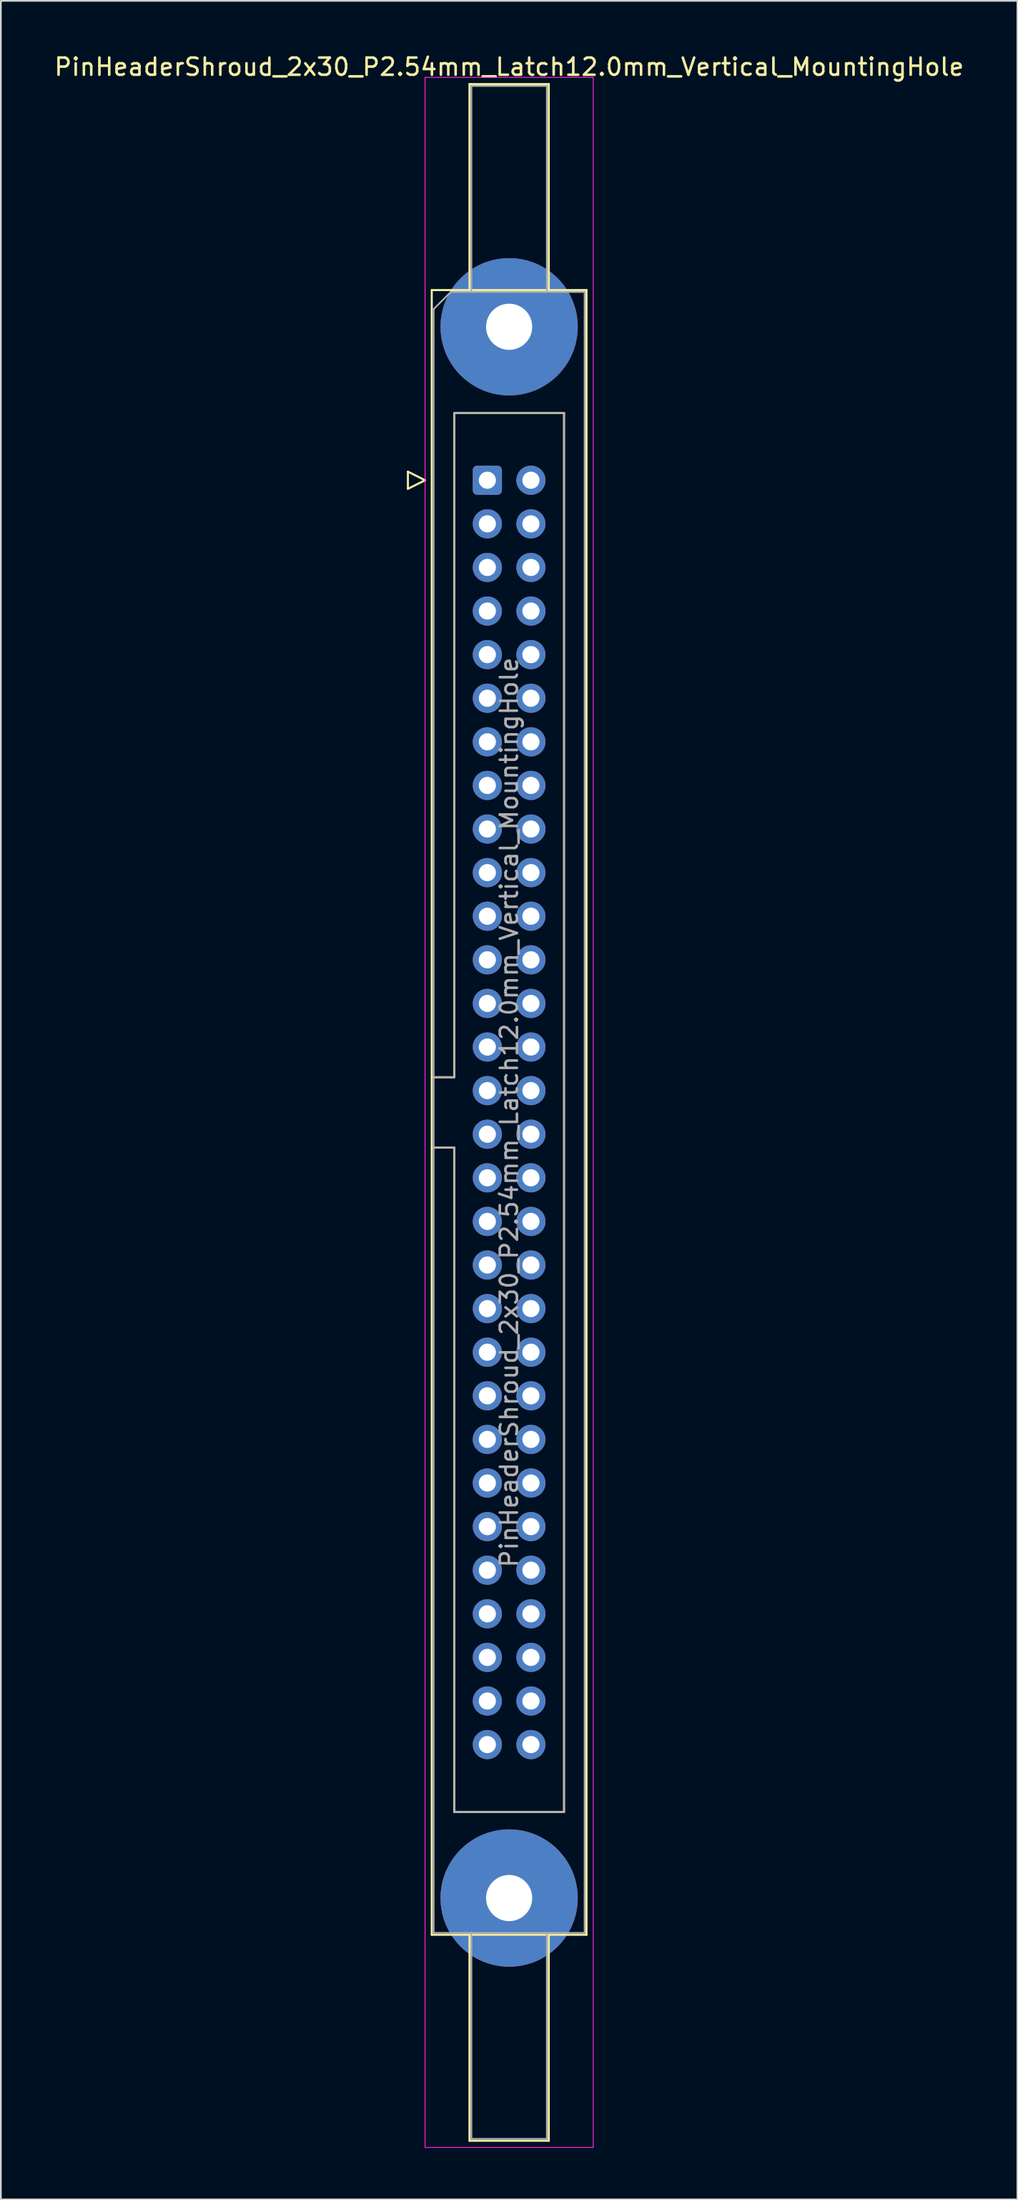
<source format=kicad_pcb>
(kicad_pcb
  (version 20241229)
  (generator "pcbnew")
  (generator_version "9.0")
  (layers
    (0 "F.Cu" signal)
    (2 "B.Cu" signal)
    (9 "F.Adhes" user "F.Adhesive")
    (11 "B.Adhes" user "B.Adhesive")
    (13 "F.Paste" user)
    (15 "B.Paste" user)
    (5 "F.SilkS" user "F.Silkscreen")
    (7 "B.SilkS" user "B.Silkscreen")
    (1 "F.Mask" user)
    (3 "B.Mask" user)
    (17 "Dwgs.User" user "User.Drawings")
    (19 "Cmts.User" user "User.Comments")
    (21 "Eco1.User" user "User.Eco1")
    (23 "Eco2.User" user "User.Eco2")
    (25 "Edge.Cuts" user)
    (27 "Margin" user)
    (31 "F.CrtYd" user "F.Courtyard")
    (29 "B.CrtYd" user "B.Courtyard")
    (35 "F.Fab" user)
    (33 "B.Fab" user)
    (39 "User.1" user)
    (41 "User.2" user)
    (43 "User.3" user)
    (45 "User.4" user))
  (footprint "PinHeaderShroud_2x30_P2.54mm_Latch12.0mm_Vertical_MountingHole"
    (layer "F.Cu")
    (at 25.355 24.928)
    (property "Reference" "PinHeaderShroud_2x30_P2.54mm_Latch12.0mm_Vertical_MountingHole" (at 1.27 -24.08 0) (layer "F.SilkS") (effects (font (size 1 1) (thickness 0.15))))
    (attr through_hole)
    (fp_line (start -4.63 -0.5) (end -4.63 0.5) (stroke (width 0.12) (type solid)) (layer "F.SilkS"))
    (fp_line (start -4.63 0.5) (end -3.63 0) (stroke (width 0.12) (type solid)) (layer "F.SilkS"))
    (fp_line (start -3.63 0) (end -4.63 -0.5) (stroke (width 0.12) (type solid)) (layer "F.SilkS"))
    (fp_line (start -3.24 -11.08) (end 5.78 -11.08) (stroke (width 0.12) (type solid)) (layer "F.SilkS"))
    (fp_line (start -3.24 34.78) (end -1.93 34.78) (stroke (width 0.12) (type solid)) (layer "F.SilkS"))
    (fp_line (start -3.24 38.88) (end -1.93 38.88) (stroke (width 0.12) (type solid)) (layer "F.SilkS"))
    (fp_line (start -3.24 84.74) (end -3.24 -11.08) (stroke (width 0.12) (type solid)) (layer "F.SilkS"))
    (fp_line (start -1.93 -3.92) (end 4.47 -3.92) (stroke (width 0.12) (type solid)) (layer "F.SilkS"))
    (fp_line (start -1.93 34.78) (end -1.93 -3.92) (stroke (width 0.12) (type solid)) (layer "F.SilkS"))
    (fp_line (start -1.93 77.58) (end -1.93 38.88) (stroke (width 0.12) (type solid)) (layer "F.SilkS"))
    (fp_line (start -1.04 -23.08) (end 3.58 -23.08) (stroke (width 0.12) (type solid)) (layer "F.SilkS"))
    (fp_line (start -1.04 -11.08) (end -1.04 -23.08) (stroke (width 0.12) (type solid)) (layer "F.SilkS"))
    (fp_line (start -1.04 84.74) (end -1.04 96.74) (stroke (width 0.12) (type solid)) (layer "F.SilkS"))
    (fp_line (start -1.04 96.74) (end 3.58 96.74) (stroke (width 0.12) (type solid)) (layer "F.SilkS"))
    (fp_line (start 3.58 -23.08) (end 3.58 -11.08) (stroke (width 0.12) (type solid)) (layer "F.SilkS"))
    (fp_line (start 3.58 96.74) (end 3.58 84.74) (stroke (width 0.12) (type solid)) (layer "F.SilkS"))
    (fp_line (start 4.47 -3.92) (end 4.47 77.58) (stroke (width 0.12) (type solid)) (layer "F.SilkS"))
    (fp_line (start 4.47 77.58) (end -1.93 77.58) (stroke (width 0.12) (type solid)) (layer "F.SilkS"))
    (fp_line (start 5.78 -11.08) (end 5.78 84.74) (stroke (width 0.12) (type solid)) (layer "F.SilkS"))
    (fp_line (start 5.78 84.74) (end -3.24 84.74) (stroke (width 0.12) (type solid)) (layer "F.SilkS"))
    (fp_line (start -3.63 -23.47) (end -3.63 97.13) (stroke (width 0.05) (type solid)) (layer "F.CrtYd"))
    (fp_line (start -3.63 97.13) (end 6.17 97.13) (stroke (width 0.05) (type solid)) (layer "F.CrtYd"))
    (fp_line (start 6.17 -23.47) (end -3.63 -23.47) (stroke (width 0.05) (type solid)) (layer "F.CrtYd"))
    (fp_line (start 6.17 97.13) (end 6.17 -23.47) (stroke (width 0.05) (type solid)) (layer "F.CrtYd"))
    (fp_line (start -3.13 -9.97) (end -2.13 -10.97) (stroke (width 0.1) (type solid)) (layer "F.Fab"))
    (fp_line (start -3.13 34.78) (end -1.93 34.78) (stroke (width 0.1) (type solid)) (layer "F.Fab"))
    (fp_line (start -3.13 38.88) (end -1.93 38.88) (stroke (width 0.1) (type solid)) (layer "F.Fab"))
    (fp_line (start -3.13 84.63) (end -3.13 -9.97) (stroke (width 0.1) (type solid)) (layer "F.Fab"))
    (fp_line (start -2.13 -10.97) (end 5.67 -10.97) (stroke (width 0.1) (type solid)) (layer "F.Fab"))
    (fp_line (start -1.93 -3.92) (end 4.47 -3.92) (stroke (width 0.1) (type solid)) (layer "F.Fab"))
    (fp_line (start -1.93 34.78) (end -1.93 -3.92) (stroke (width 0.1) (type solid)) (layer "F.Fab"))
    (fp_line (start -1.93 77.58) (end -1.93 38.88) (stroke (width 0.1) (type solid)) (layer "F.Fab"))
    (fp_line (start -0.93 -22.97) (end 3.47 -22.97) (stroke (width 0.1) (type solid)) (layer "F.Fab"))
    (fp_line (start -0.93 -10.97) (end -0.93 -22.97) (stroke (width 0.1) (type solid)) (layer "F.Fab"))
    (fp_line (start -0.93 84.63) (end -0.93 96.63) (stroke (width 0.1) (type solid)) (layer "F.Fab"))
    (fp_line (start -0.93 96.63) (end 3.47 96.63) (stroke (width 0.1) (type solid)) (layer "F.Fab"))
    (fp_line (start 3.47 -22.97) (end 3.47 -10.97) (stroke (width 0.1) (type solid)) (layer "F.Fab"))
    (fp_line (start 3.47 96.63) (end 3.47 84.63) (stroke (width 0.1) (type solid)) (layer "F.Fab"))
    (fp_line (start 4.47 -3.92) (end 4.47 77.58) (stroke (width 0.1) (type solid)) (layer "F.Fab"))
    (fp_line (start 4.47 77.58) (end -1.93 77.58) (stroke (width 0.1) (type solid)) (layer "F.Fab"))
    (fp_line (start 5.67 -10.97) (end 5.67 84.63) (stroke (width 0.1) (type solid)) (layer "F.Fab"))
    (fp_line (start 5.67 84.63) (end -3.13 84.63) (stroke (width 0.1) (type solid)) (layer "F.Fab"))
    (fp_text user "${REFERENCE}" (at 1.27 36.83 90) (layer "F.Fab") (effects (font (size 1 1) (thickness 0.15))))
    (pad "" thru_hole circle (at 1.27 -8.94) (size 8 8) (drill 2.69) (layers "*.Cu" "*.Mask"))
    (pad "" thru_hole circle (at 1.27 82.6) (size 8 8) (drill 2.69) (layers "*.Cu" "*.Mask"))
    (pad "1" thru_hole roundrect (at 0 0) (size 1.7 1.7) (drill 1) (layers "*.Cu" "*.Mask") (roundrect_rratio 0.147))
    (pad "2" thru_hole circle (at 2.54 0) (size 1.7 1.7) (drill 1) (layers "*.Cu" "*.Mask"))
    (pad "3" thru_hole circle (at 0 2.54) (size 1.7 1.7) (drill 1) (layers "*.Cu" "*.Mask"))
    (pad "4" thru_hole circle (at 2.54 2.54) (size 1.7 1.7) (drill 1) (layers "*.Cu" "*.Mask"))
    (pad "5" thru_hole circle (at 0 5.08) (size 1.7 1.7) (drill 1) (layers "*.Cu" "*.Mask"))
    (pad "6" thru_hole circle (at 2.54 5.08) (size 1.7 1.7) (drill 1) (layers "*.Cu" "*.Mask"))
    (pad "7" thru_hole circle (at 0 7.62) (size 1.7 1.7) (drill 1) (layers "*.Cu" "*.Mask"))
    (pad "8" thru_hole circle (at 2.54 7.62) (size 1.7 1.7) (drill 1) (layers "*.Cu" "*.Mask"))
    (pad "9" thru_hole circle (at 0 10.16) (size 1.7 1.7) (drill 1) (layers "*.Cu" "*.Mask"))
    (pad "10" thru_hole circle (at 2.54 10.16) (size 1.7 1.7) (drill 1) (layers "*.Cu" "*.Mask"))
    (pad "11" thru_hole circle (at 0 12.7) (size 1.7 1.7) (drill 1) (layers "*.Cu" "*.Mask"))
    (pad "12" thru_hole circle (at 2.54 12.7) (size 1.7 1.7) (drill 1) (layers "*.Cu" "*.Mask"))
    (pad "13" thru_hole circle (at 0 15.24) (size 1.7 1.7) (drill 1) (layers "*.Cu" "*.Mask"))
    (pad "14" thru_hole circle (at 2.54 15.24) (size 1.7 1.7) (drill 1) (layers "*.Cu" "*.Mask"))
    (pad "15" thru_hole circle (at 0 17.78) (size 1.7 1.7) (drill 1) (layers "*.Cu" "*.Mask"))
    (pad "16" thru_hole circle (at 2.54 17.78) (size 1.7 1.7) (drill 1) (layers "*.Cu" "*.Mask"))
    (pad "17" thru_hole circle (at 0 20.32) (size 1.7 1.7) (drill 1) (layers "*.Cu" "*.Mask"))
    (pad "18" thru_hole circle (at 2.54 20.32) (size 1.7 1.7) (drill 1) (layers "*.Cu" "*.Mask"))
    (pad "19" thru_hole circle (at 0 22.86) (size 1.7 1.7) (drill 1) (layers "*.Cu" "*.Mask"))
    (pad "20" thru_hole circle (at 2.54 22.86) (size 1.7 1.7) (drill 1) (layers "*.Cu" "*.Mask"))
    (pad "21" thru_hole circle (at 0 25.4) (size 1.7 1.7) (drill 1) (layers "*.Cu" "*.Mask"))
    (pad "22" thru_hole circle (at 2.54 25.4) (size 1.7 1.7) (drill 1) (layers "*.Cu" "*.Mask"))
    (pad "23" thru_hole circle (at 0 27.94) (size 1.7 1.7) (drill 1) (layers "*.Cu" "*.Mask"))
    (pad "24" thru_hole circle (at 2.54 27.94) (size 1.7 1.7) (drill 1) (layers "*.Cu" "*.Mask"))
    (pad "25" thru_hole circle (at 0 30.48) (size 1.7 1.7) (drill 1) (layers "*.Cu" "*.Mask"))
    (pad "26" thru_hole circle (at 2.54 30.48) (size 1.7 1.7) (drill 1) (layers "*.Cu" "*.Mask"))
    (pad "27" thru_hole circle (at 0 33.02) (size 1.7 1.7) (drill 1) (layers "*.Cu" "*.Mask"))
    (pad "28" thru_hole circle (at 2.54 33.02) (size 1.7 1.7) (drill 1) (layers "*.Cu" "*.Mask"))
    (pad "29" thru_hole circle (at 0 35.56) (size 1.7 1.7) (drill 1) (layers "*.Cu" "*.Mask"))
    (pad "30" thru_hole circle (at 2.54 35.56) (size 1.7 1.7) (drill 1) (layers "*.Cu" "*.Mask"))
    (pad "31" thru_hole circle (at 0 38.1) (size 1.7 1.7) (drill 1) (layers "*.Cu" "*.Mask"))
    (pad "32" thru_hole circle (at 2.54 38.1) (size 1.7 1.7) (drill 1) (layers "*.Cu" "*.Mask"))
    (pad "33" thru_hole circle (at 0 40.64) (size 1.7 1.7) (drill 1) (layers "*.Cu" "*.Mask"))
    (pad "34" thru_hole circle (at 2.54 40.64) (size 1.7 1.7) (drill 1) (layers "*.Cu" "*.Mask"))
    (pad "35" thru_hole circle (at 0 43.18) (size 1.7 1.7) (drill 1) (layers "*.Cu" "*.Mask"))
    (pad "36" thru_hole circle (at 2.54 43.18) (size 1.7 1.7) (drill 1) (layers "*.Cu" "*.Mask"))
    (pad "37" thru_hole circle (at 0 45.72) (size 1.7 1.7) (drill 1) (layers "*.Cu" "*.Mask"))
    (pad "38" thru_hole circle (at 2.54 45.72) (size 1.7 1.7) (drill 1) (layers "*.Cu" "*.Mask"))
    (pad "39" thru_hole circle (at 0 48.26) (size 1.7 1.7) (drill 1) (layers "*.Cu" "*.Mask"))
    (pad "40" thru_hole circle (at 2.54 48.26) (size 1.7 1.7) (drill 1) (layers "*.Cu" "*.Mask"))
    (pad "41" thru_hole circle (at 0 50.8) (size 1.7 1.7) (drill 1) (layers "*.Cu" "*.Mask"))
    (pad "42" thru_hole circle (at 2.54 50.8) (size 1.7 1.7) (drill 1) (layers "*.Cu" "*.Mask"))
    (pad "43" thru_hole circle (at 0 53.34) (size 1.7 1.7) (drill 1) (layers "*.Cu" "*.Mask"))
    (pad "44" thru_hole circle (at 2.54 53.34) (size 1.7 1.7) (drill 1) (layers "*.Cu" "*.Mask"))
    (pad "45" thru_hole circle (at 0 55.88) (size 1.7 1.7) (drill 1) (layers "*.Cu" "*.Mask"))
    (pad "46" thru_hole circle (at 2.54 55.88) (size 1.7 1.7) (drill 1) (layers "*.Cu" "*.Mask"))
    (pad "47" thru_hole circle (at 0 58.42) (size 1.7 1.7) (drill 1) (layers "*.Cu" "*.Mask"))
    (pad "48" thru_hole circle (at 2.54 58.42) (size 1.7 1.7) (drill 1) (layers "*.Cu" "*.Mask"))
    (pad "49" thru_hole circle (at 0 60.96) (size 1.7 1.7) (drill 1) (layers "*.Cu" "*.Mask"))
    (pad "50" thru_hole circle (at 2.54 60.96) (size 1.7 1.7) (drill 1) (layers "*.Cu" "*.Mask"))
    (pad "51" thru_hole circle (at 0 63.5) (size 1.7 1.7) (drill 1) (layers "*.Cu" "*.Mask"))
    (pad "52" thru_hole circle (at 2.54 63.5) (size 1.7 1.7) (drill 1) (layers "*.Cu" "*.Mask"))
    (pad "53" thru_hole circle (at 0 66.04) (size 1.7 1.7) (drill 1) (layers "*.Cu" "*.Mask"))
    (pad "54" thru_hole circle (at 2.54 66.04) (size 1.7 1.7) (drill 1) (layers "*.Cu" "*.Mask"))
    (pad "55" thru_hole circle (at 0 68.58) (size 1.7 1.7) (drill 1) (layers "*.Cu" "*.Mask"))
    (pad "56" thru_hole circle (at 2.54 68.58) (size 1.7 1.7) (drill 1) (layers "*.Cu" "*.Mask"))
    (pad "57" thru_hole circle (at 0 71.12) (size 1.7 1.7) (drill 1) (layers "*.Cu" "*.Mask"))
    (pad "58" thru_hole circle (at 2.54 71.12) (size 1.7 1.7) (drill 1) (layers "*.Cu" "*.Mask"))
    (pad "59" thru_hole circle (at 0 73.66) (size 1.7 1.7) (drill 1) (layers "*.Cu" "*.Mask"))
    (pad "60" thru_hole circle (at 2.54 73.66) (size 1.7 1.7) (drill 1) (layers "*.Cu" "*.Mask")))
  (gr_rect
    (start -3 -3)
    (end 56.25 125.083)
    (stroke (width 0.1) (type default))
    (fill no)
    (layer "Edge.Cuts")))
</source>
